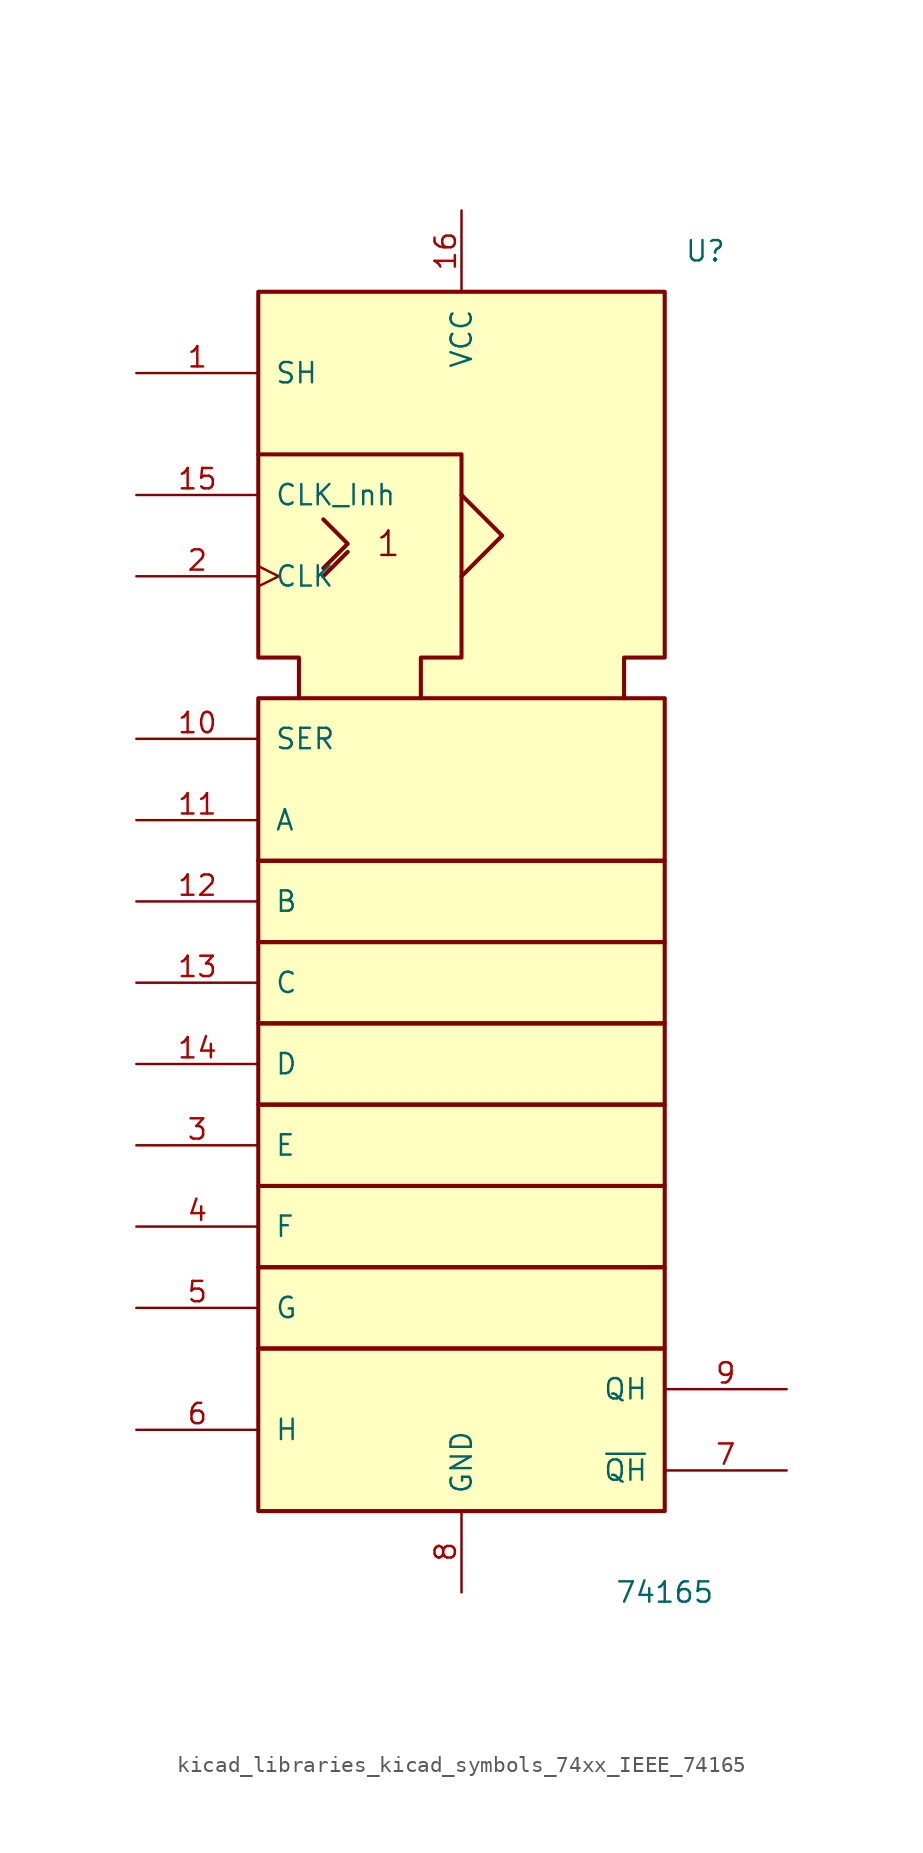
<source format=kicad_sym>
(kicad_symbol_lib
  (version 20220914)
  (generator kicad_symbol_editor)
  (symbol "kicad_libraries_kicad_symbols_74xx_IEEE_74165"
    (pin_names
      (offset 1.016))
    (property "Reference" "U"
      (at 15.24 30.48 0)
      (effects (font (size 1.27 1.27))))
    (property "Value" "74165"
      (at 12.7 -53.34 0)
      (effects (font (size 1.27 1.27))))
    (symbol "kicad_libraries_kicad_symbols_74xx_IEEE_74165_0_0"
      (rectangle (start -12.7 -38.1) (end -12.7 -38.1) (stroke (width 0.254) (type default)) (fill (type background)))
      (rectangle (start -12.7 -38.1) (end 12.7 -48.26) (stroke (width 0.254) (type default)) (fill (type background)))
      (rectangle (start -12.7 -33.02) (end 12.7 -38.1) (stroke (width 0.254) (type default)) (fill (type background)))
      (rectangle (start -12.7 -27.94) (end 12.7 -33.02) (stroke (width 0.254) (type default)) (fill (type background)))
      (rectangle (start -12.7 -22.86) (end 12.7 -27.94) (stroke (width 0.254) (type default)) (fill (type background)))
      (rectangle (start -12.7 -17.78) (end 12.7 -22.86) (stroke (width 0.254) (type default)) (fill (type background)))
      (rectangle (start -12.7 -12.7) (end 12.7 -17.78) (stroke (width 0.254) (type default)) (fill (type background)))
      (rectangle (start -12.7 -7.62) (end 12.7 -12.7) (stroke (width 0.254) (type default)) (fill (type background)))
      (rectangle (start -12.7 2.54) (end 12.7 -7.62) (stroke (width 0.254) (type default)) (fill (type background)))
      (polyline (pts (xy -8.636 10.16) (xy -7.112 11.684) (xy -7.112 11.684)) (stroke (width 0.254) (type default)) (fill (type background)))
      (polyline (pts (xy -8.636 13.716) (xy -7.112 12.192) (xy -8.636 10.668) (xy -8.636 10.668)) (stroke (width 0.254) (type default)) (fill (type background)))
      (polyline (pts (xy 0 15.24) (xy 2.54 12.7) (xy 0 10.16) (xy 0 10.16)) (stroke (width 0.254) (type default)) (fill (type background)))
      (polyline (pts (xy -12.7 17.78) (xy 0 17.78) (xy 0 5.08) (xy -2.54 5.08) (xy -2.54 2.54) (xy -2.54 2.54)) (stroke (width 0.254) (type default)) (fill (type background)))
      (polyline (pts (xy -10.16 2.54) (xy -10.16 5.08) (xy -12.7 5.08) (xy -12.7 27.94) (xy 12.7 27.94) (xy 12.7 5.08) (xy 10.16 5.08) (xy 10.16 2.54) (xy 10.16 2.54)) (stroke (width 0.254) (type default)) (fill (type background)))
      (text "1" (at -4.572 12.192 0) (effects (font (size 1.524 1.524)))))
    (symbol "kicad_libraries_kicad_symbols_74xx_IEEE_74165_0_1"
      (pin power_in line (at 0 -53.34 90) (length 5.08) (name "GND" (effects (font (size 1.27 1.27)))) (number "8" (effects (font (size 1.27 1.27))))))
    (symbol "kicad_libraries_kicad_symbols_74xx_IEEE_74165_1_1"
      (pin input line (at -20.32 22.86 0) (length 7.62) (name "SH" (effects (font (size 1.27 1.27)))) (number "1" (effects (font (size 1.27 1.27)))))
      (pin input line (at -20.32 0 0) (length 7.62) (name "SER" (effects (font (size 1.27 1.27)))) (number "10" (effects (font (size 1.27 1.27)))))
      (pin input line (at -20.32 -5.08 0) (length 7.62) (name "A" (effects (font (size 1.27 1.27)))) (number "11" (effects (font (size 1.27 1.27)))))
      (pin input line (at -20.32 -10.16 0) (length 7.62) (name "B" (effects (font (size 1.27 1.27)))) (number "12" (effects (font (size 1.27 1.27)))))
      (pin input line (at -20.32 -15.24 0) (length 7.62) (name "C" (effects (font (size 1.27 1.27)))) (number "13" (effects (font (size 1.27 1.27)))))
      (pin input line (at -20.32 -20.32 0) (length 7.62) (name "D" (effects (font (size 1.27 1.27)))) (number "14" (effects (font (size 1.27 1.27)))))
      (pin input line (at -20.32 15.24 0) (length 7.62) (name "CLK_Inh" (effects (font (size 1.27 1.27)))) (number "15" (effects (font (size 1.27 1.27)))))
      (pin power_in line (at 0 33.02 270) (length 5.08) (name "VCC" (effects (font (size 1.27 1.27)))) (number "16" (effects (font (size 1.27 1.27)))))
      (pin input clock (at -20.32 10.16 0) (length 7.62) (name "CLK" (effects (font (size 1.27 1.27)))) (number "2" (effects (font (size 1.27 1.27)))))
      (pin input line (at -20.32 -25.4 0) (length 7.62) (name "E" (effects (font (size 1.27 1.27)))) (number "3" (effects (font (size 1.27 1.27)))))
      (pin input line (at -20.32 -30.48 0) (length 7.62) (name "F" (effects (font (size 1.27 1.27)))) (number "4" (effects (font (size 1.27 1.27)))))
      (pin input line (at -20.32 -35.56 0) (length 7.62) (name "G" (effects (font (size 1.27 1.27)))) (number "5" (effects (font (size 1.27 1.27)))))
      (pin input line (at -20.32 -43.18 0) (length 7.62) (name "H" (effects (font (size 1.27 1.27)))) (number "6" (effects (font (size 1.27 1.27)))))
      (pin output line (at 20.32 -45.72 180) (length 7.62) (name "~{QH}" (effects (font (size 1.27 1.27)))) (number "7" (effects (font (size 1.27 1.27)))))
      (pin tri_state line (at 20.32 -40.64 180) (length 7.62) (name "QH" (effects (font (size 1.27 1.27)))) (number "9" (effects (font (size 1.27 1.27))))))))
</source>
